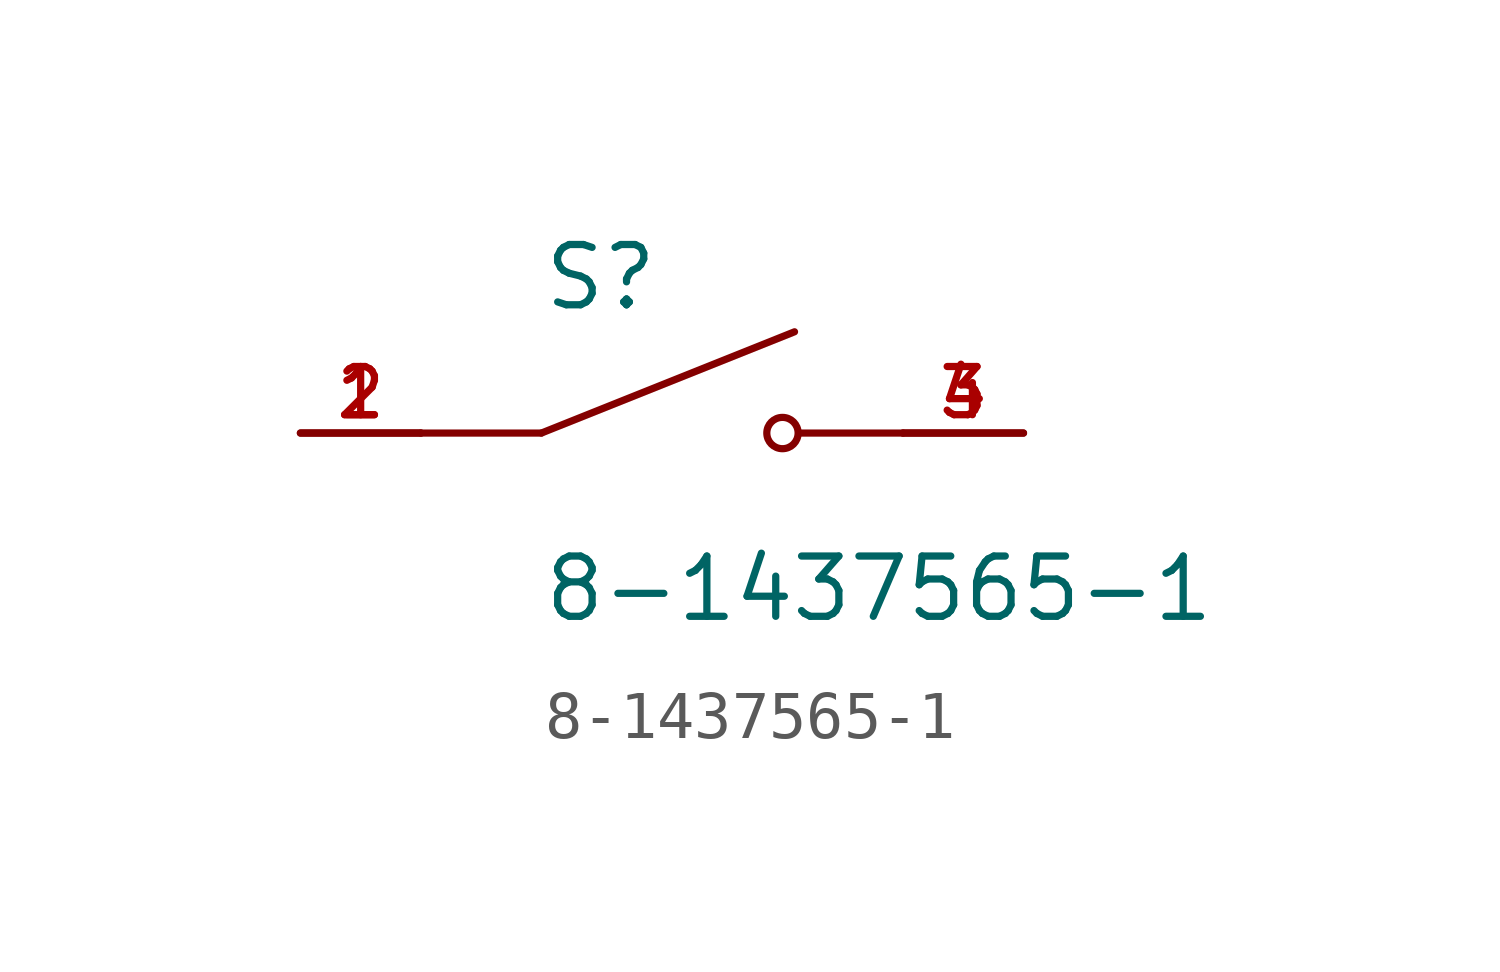
<source format=kicad_sym>
(kicad_symbol_lib
  (version 20211014)
  (generator kicad_symbol_editor)
  (symbol "8-1437565-1"
    (pin_names
      (offset 1.016))
    (property "Reference" "S"
      (at -2.54 2.54 0)
      (effects (font (size 1.27 1.27)) (justify bottom left)))
    (property "Value" "8-1437565-1"
      (at -2.54 -2.54 0)
      (effects (font (size 1.27 1.27)) (justify top left)))
    (symbol "8-1437565-1_0_0"
      (polyline (pts (xy -2.54 0.0) (xy 2.794 2.134)) (stroke (width 0.152)))
      (circle (center 2.54 0.0) (radius 0.33) (stroke (width 0.152)) (fill (type none)))
      (polyline (pts (xy 5.08 0.0) (xy 2.921 0.0)) (stroke (width 0.152)))
      (polyline (pts (xy -2.54 0.0) (xy -5.08 0.0)) (stroke (width 0.152)))
      (pin passive line (at -7.62 0.0 0) (length 2.54) (name "~" (effects (font (size 1.016 1.016)))) (number "1" (effects (font (size 1.016 1.016)))))
      (pin passive line (at -7.62 0.0 0) (length 2.54) (name "~" (effects (font (size 1.016 1.016)))) (number "2" (effects (font (size 1.016 1.016)))))
      (pin passive line (at 7.62 0.0 180.0) (length 2.54) (name "~" (effects (font (size 1.016 1.016)))) (number "3" (effects (font (size 1.016 1.016)))))
      (pin passive line (at 7.62 0.0 180.0) (length 2.54) (name "~" (effects (font (size 1.016 1.016)))) (number "4" (effects (font (size 1.016 1.016))))))))
</source>
